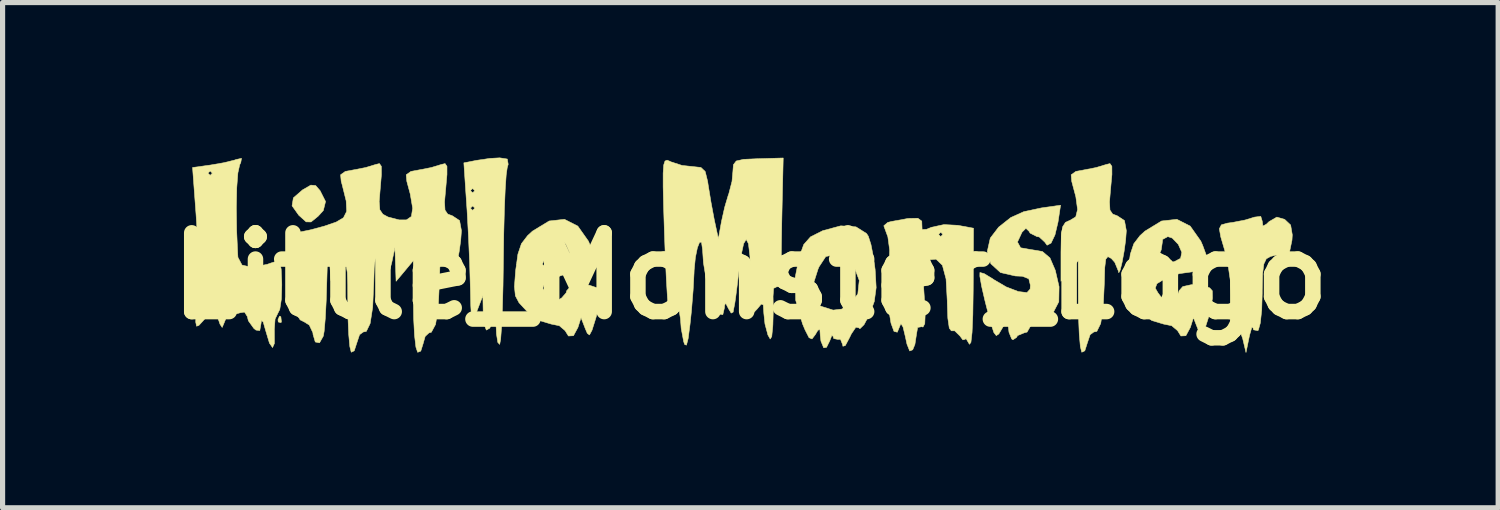
<source format=kicad_pcb>
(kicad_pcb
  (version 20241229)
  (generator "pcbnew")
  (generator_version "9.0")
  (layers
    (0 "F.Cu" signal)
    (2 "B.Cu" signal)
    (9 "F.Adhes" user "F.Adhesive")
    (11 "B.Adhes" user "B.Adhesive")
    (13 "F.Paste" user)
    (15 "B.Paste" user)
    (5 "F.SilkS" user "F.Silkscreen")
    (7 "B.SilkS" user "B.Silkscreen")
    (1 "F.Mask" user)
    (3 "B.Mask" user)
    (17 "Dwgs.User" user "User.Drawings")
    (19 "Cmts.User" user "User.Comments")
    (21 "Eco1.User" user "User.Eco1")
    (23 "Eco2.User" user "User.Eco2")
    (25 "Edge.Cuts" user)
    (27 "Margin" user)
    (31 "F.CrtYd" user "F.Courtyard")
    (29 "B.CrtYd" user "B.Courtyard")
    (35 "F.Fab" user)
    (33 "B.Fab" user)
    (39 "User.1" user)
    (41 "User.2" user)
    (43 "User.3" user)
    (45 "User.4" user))
  (footprint "Little_Monster_Logo"
    (layer "F.Cu")
    (at 11.474 2.291)
    (property "Reference" "Little_Monster_Logo" (at 0 0 0) (layer "F.SilkS") (effects (font (size 1.524 1.524) (thickness 0.3))))
    (attr through_hole)
    (fp_poly (pts (xy -9.088 0.79) (xy -9.077 0.891) (xy -9.088 0.903) (xy -9.138 0.891) (xy -9.144 0.847) (xy -9.113 0.777) (xy -9.088 0.79)) (stroke (width 0.01) (type solid)) (fill yes) (layer "F.SilkS"))
    (fp_poly (pts (xy -8.415 -1.75) (xy -8.329 -1.651) (xy -8.223 -1.441) (xy -8.266 -1.267) (xy -8.367 -1.156) (xy -8.504 -1.045) (xy -8.599 -1.047) (xy -8.731 -1.166) (xy -8.742 -1.176) (xy -8.871 -1.358) (xy -8.846 -1.511) (xy -8.668 -1.666) (xy -8.508 -1.758) (xy -8.415 -1.75)) (stroke (width 0.01) (type solid)) (fill yes) (layer "F.SilkS"))
    (fp_poly (pts (xy 9.906 -1.061) (xy 9.919 -0.966) (xy 9.987 -1.002) (xy 10.039 -1.052) (xy 10.189 -1.139) (xy 10.34 -1.095) (xy 10.456 -0.986) (xy 10.488 -0.796) (xy 10.482 -0.693) (xy 10.435 -0.467) (xy 10.346 -0.404) (xy 10.342 -0.405) (xy 10.167 -0.401) (xy 10.067 -0.378) (xy 9.985 -0.332) (xy 9.937 -0.231) (xy 9.913 -0.041) (xy 9.906 0.276) (xy 9.906 0.339) (xy 9.896 0.66) (xy 9.869 0.911) (xy 9.831 1.048) (xy 9.821 1.058) (xy 9.739 1.043) (xy 9.726 1) (xy 9.704 0.997) (xy 9.666 1.129) (xy 9.653 1.185) (xy 9.592 1.482) (xy 9.527 1.208) (xy 9.464 1.037) (xy 9.396 0.977) (xy 9.388 0.98) (xy 9.35 0.928) (xy 9.323 0.746) (xy 9.313 0.484) (xy 9.292 0.112) (xy 9.237 -0.266) (xy 9.187 -0.473) (xy 9.104 -0.755) (xy 9.076 -0.913) (xy 9.115 -0.989) (xy 9.232 -1.022) (xy 9.335 -1.036) (xy 9.576 -1.083) (xy 9.758 -1.139) (xy 9.878 -1.153) (xy 9.906 -1.061)) (stroke (width 0.01) (type solid)) (fill yes) (layer "F.SilkS"))
    (fp_poly (pts (xy 6.996 -2.122) (xy 6.997 -1.964) (xy 6.974 -1.715) (xy 6.95 -1.433) (xy 6.959 -1.275) (xy 7.011 -1.198) (xy 7.101 -1.164) (xy 7.24 -1.072) (xy 7.276 -0.876) (xy 7.262 -0.689) (xy 7.232 -0.471) (xy 7.194 -0.265) (xy 7.157 -0.114) (xy 7.13 -0.062) (xy 7.122 -0.095) (xy 7.052 -0.264) (xy 6.985 -0.339) (xy 6.918 -0.374) (xy 6.878 -0.324) (xy 6.858 -0.159) (xy 6.85 0.138) (xy 6.828 0.607) (xy 6.78 0.92) (xy 6.705 1.073) (xy 6.647 1.084) (xy 6.575 1.137) (xy 6.52 1.299) (xy 6.472 1.449) (xy 6.415 1.476) (xy 6.413 1.475) (xy 6.386 1.368) (xy 6.365 1.131) (xy 6.351 0.804) (xy 6.347 0.557) (xy 6.344 -0.296) (xy 6.178 -0.096) (xy 6.011 0.103) (xy 6.011 -0.464) (xy 6.017 -0.771) (xy 6.042 -0.949) (xy 6.098 -1.038) (xy 6.19 -1.079) (xy 6.297 -1.144) (xy 6.332 -1.286) (xy 6.299 -1.531) (xy 6.219 -1.831) (xy 6.208 -1.958) (xy 6.299 -2.023) (xy 6.449 -2.051) (xy 6.691 -2.098) (xy 6.879 -2.155) (xy 6.959 -2.175) (xy 6.996 -2.122)) (stroke (width 0.01) (type solid)) (fill yes) (layer "F.SilkS"))
    (fp_poly (pts (xy -4.705 -2.263) (xy -4.688 -2.161) (xy -4.707 -2.095) (xy -4.727 -1.953) (xy -4.746 -1.671) (xy -4.762 -1.281) (xy -4.774 -0.813) (xy -4.781 -0.319) (xy -4.788 0.183) (xy -4.8 0.626) (xy -4.816 0.982) (xy -4.834 1.224) (xy -4.853 1.325) (xy -4.853 1.325) (xy -4.889 1.286) (xy -4.915 1.121) (xy -4.92 1.009) (xy -4.934 0.824) (xy -4.956 0.769) (xy -4.971 0.804) (xy -5.043 1.009) (xy -5.111 1.048) (xy -5.158 0.925) (xy -5.171 0.758) (xy -5.178 0.381) (xy -5.292 0.677) (xy -5.346 0.809) (xy -5.38 0.849) (xy -5.4 0.78) (xy -5.412 0.582) (xy -5.42 0.234) (xy -5.421 0.212) (xy -5.434 -0.246) (xy -5.457 -0.774) (xy -5.484 -1.272) (xy -5.487 -1.312) (xy -5.419 -1.312) (xy -5.376 -1.27) (xy -5.334 -1.312) (xy -5.376 -1.355) (xy -5.419 -1.312) (xy -5.487 -1.312) (xy -5.491 -1.37) (xy -5.51 -1.651) (xy -5.419 -1.651) (xy -5.376 -1.609) (xy -5.334 -1.651) (xy -5.376 -1.693) (xy -5.419 -1.651) (xy -5.51 -1.651) (xy -5.546 -2.189) (xy -5.302 -2.237) (xy -5.043 -2.275) (xy -4.852 -2.286) (xy -4.705 -2.263)) (stroke (width 0.01) (type solid)) (fill yes) (layer "F.SilkS"))
    (fp_poly (pts (xy 2.043 -0.95) (xy 2.247 -0.822) (xy 2.282 -0.769) (xy 2.333 -0.61) (xy 2.384 -0.348) (xy 2.414 -0.123) (xy 2.434 0.225) (xy 2.397 0.496) (xy 2.303 0.749) (xy 2.199 0.943) (xy 2.12 1.021) (xy 2.096 1.003) (xy 2.041 0.992) (xy 1.953 1.122) (xy 1.923 1.185) (xy 1.837 1.347) (xy 1.79 1.361) (xy 1.785 1.329) (xy 1.743 1.225) (xy 1.693 1.228) (xy 1.613 1.212) (xy 1.6 1.169) (xy 1.576 1.151) (xy 1.536 1.255) (xy 1.473 1.382) (xy 1.418 1.39) (xy 1.365 1.261) (xy 1.352 1.15) (xy 1.344 1.027) (xy 1.302 1.058) (xy 1.255 1.137) (xy 1.192 1.219) (xy 1.135 1.195) (xy 1.058 1.044) (xy 1.008 0.925) (xy 0.876 0.468) (xy 0.872 0.207) (xy 1.201 0.207) (xy 1.212 0.437) (xy 1.343 0.575) (xy 1.376 0.59) (xy 1.601 0.661) (xy 1.766 0.642) (xy 1.928 0.546) (xy 2.079 0.348) (xy 2.107 0.087) (xy 2.008 -0.177) (xy 1.987 -0.207) (xy 1.892 -0.305) (xy 1.86 -0.256) (xy 1.86 -0.249) (xy 1.836 -0.184) (xy 1.756 -0.261) (xy 1.745 -0.275) (xy 1.594 -0.407) (xy 1.458 -0.375) (xy 1.328 -0.177) (xy 1.308 -0.13) (xy 1.201 0.207) (xy 0.872 0.207) (xy 0.869 0.016) (xy 0.944 -0.363) (xy 1.032 -0.608) (xy 1.164 -0.757) (xy 1.4 -0.876) (xy 1.749 -0.97) (xy 2.043 -0.95)) (stroke (width 0.01) (type solid)) (fill yes) (layer "F.SilkS"))
    (fp_poly (pts (xy 5.954 -1.044) (xy 5.895 -0.795) (xy 5.819 -0.636) (xy 5.742 -0.595) (xy 5.697 -0.656) (xy 5.59 -0.755) (xy 5.546 -0.762) (xy 5.414 -0.829) (xy 5.39 -0.868) (xy 5.332 -0.922) (xy 5.257 -0.847) (xy 5.169 -0.657) (xy 5.23 -0.545) (xy 5.443 -0.508) (xy 5.447 -0.508) (xy 5.652 -0.473) (xy 5.797 -0.35) (xy 5.901 -0.109) (xy 5.974 0.208) (xy 5.969 0.499) (xy 5.853 0.723) (xy 5.652 0.839) (xy 5.575 0.847) (xy 5.445 0.903) (xy 5.419 0.974) (xy 5.355 1.086) (xy 5.299 1.101) (xy 5.171 1.154) (xy 5.149 1.191) (xy 5.081 1.235) (xy 5.057 1.219) (xy 5.005 1.091) (xy 4.992 0.981) (xy 4.982 0.871) (xy 4.941 0.897) (xy 4.871 1.016) (xy 4.808 1.122) (xy 4.759 1.155) (xy 4.712 1.095) (xy 4.654 0.919) (xy 4.572 0.607) (xy 4.537 0.469) (xy 4.475 0.2) (xy 4.441 0.005) (xy 4.442 -0.067) (xy 4.524 -0.045) (xy 4.684 0.052) (xy 4.714 0.073) (xy 4.953 0.213) (xy 5.186 0.302) (xy 5.353 0.322) (xy 5.414 0.254) (xy 5.419 0.179) (xy 5.388 0.055) (xy 5.265 0.006) (xy 5.127 0) (xy 4.84 -0.066) (xy 4.654 -0.236) (xy 4.584 -0.472) (xy 4.643 -0.733) (xy 4.805 -0.945) (xy 5.04 -1.131) (xy 5.291 -1.244) (xy 5.629 -1.316) (xy 5.69 -1.325) (xy 6.003 -1.369) (xy 5.954 -1.044)) (stroke (width 0.01) (type solid)) (fill yes) (layer "F.SilkS"))
    (fp_poly (pts (xy -3.341 -0.965) (xy -3.136 -0.675) (xy -3.101 -0.593) (xy -3 -0.321) (xy -2.981 -0.168) (xy -3.055 -0.101) (xy -3.232 -0.085) (xy -3.264 -0.085) (xy -3.555 -0.045) (xy -3.82 0.048) (xy -3.985 0.149) (xy -4.017 0.236) (xy -3.967 0.323) (xy -3.874 0.448) (xy -3.846 0.489) (xy -3.77 0.497) (xy -3.653 0.426) (xy -3.566 0.326) (xy -3.556 0.287) (xy -3.485 0.206) (xy -3.319 0.169) (xy -3.122 0.178) (xy -2.963 0.231) (xy -2.913 0.287) (xy -2.91 0.431) (xy -2.952 0.669) (xy -2.992 0.816) (xy -3.066 1.051) (xy -3.115 1.142) (xy -3.157 1.11) (xy -3.197 1.017) (xy -3.278 0.807) (xy -3.338 0.996) (xy -3.425 1.157) (xy -3.522 1.162) (xy -3.587 1.058) (xy -3.699 0.963) (xy -3.856 0.931) (xy -4.083 0.863) (xy -4.328 0.681) (xy -4.336 0.672) (xy -4.478 0.519) (xy -4.549 0.384) (xy -4.567 0.206) (xy -4.546 -0.075) (xy -4.543 -0.111) (xy -4.527 -0.224) (xy -4.029 -0.224) (xy -3.982 -0.191) (xy -3.836 -0.22) (xy -3.638 -0.282) (xy -3.527 -0.341) (xy -3.504 -0.457) (xy -3.571 -0.611) (xy -3.688 -0.733) (xy -3.774 -0.762) (xy -3.875 -0.707) (xy -3.881 -0.656) (xy -3.902 -0.506) (xy -3.966 -0.357) (xy -4.029 -0.224) (xy -4.527 -0.224) (xy -4.5 -0.422) (xy -4.432 -0.624) (xy -4.312 -0.781) (xy -4.217 -0.868) (xy -3.895 -1.064) (xy -3.599 -1.096) (xy -3.341 -0.965)) (stroke (width 0.01) (type solid)) (fill yes) (layer "F.SilkS"))
    (fp_poly (pts (xy 3.317 -1.061) (xy 3.319 -0.995) (xy 3.323 -0.898) (xy 3.41 -0.903) (xy 3.504 -0.942) (xy 3.746 -0.994) (xy 4.015 -0.98) (xy 4.318 -0.924) (xy 4.312 0.279) (xy 4.305 0.753) (xy 4.29 1.093) (xy 4.268 1.286) (xy 4.239 1.323) (xy 4.233 1.312) (xy 4.174 1.213) (xy 4.152 1.228) (xy 4.112 1.237) (xy 4.056 1.162) (xy 3.954 1.062) (xy 3.889 1.062) (xy 3.849 1.01) (xy 3.821 0.817) (xy 3.81 0.51) (xy 3.81 0.481) (xy 3.787 0.059) (xy 3.716 -0.207) (xy 3.593 -0.325) (xy 3.436 -0.311) (xy 3.375 -0.253) (xy 3.346 -0.117) (xy 3.347 0.129) (xy 3.364 0.389) (xy 3.383 0.731) (xy 3.375 0.924) (xy 3.34 0.989) (xy 3.315 0.982) (xy 3.237 0.996) (xy 3.216 1.117) (xy 3.184 1.325) (xy 3.141 1.429) (xy 3.083 1.452) (xy 3.03 1.319) (xy 2.999 1.175) (xy 2.954 0.988) (xy 2.914 0.924) (xy 2.899 0.953) (xy 2.843 1.089) (xy 2.779 1.072) (xy 2.721 0.914) (xy 2.687 0.708) (xy 2.67 0.386) (xy 2.675 0.011) (xy 2.687 -0.167) (xy 2.695 -0.503) (xy 2.66 -0.76) (xy 2.643 -0.804) (xy 3.641 -0.804) (xy 3.683 -0.762) (xy 3.725 -0.804) (xy 3.683 -0.847) (xy 3.641 -0.804) (xy 2.643 -0.804) (xy 2.633 -0.831) (xy 2.582 -0.971) (xy 2.658 -1.036) (xy 2.729 -1.054) (xy 3.053 -1.113) (xy 3.241 -1.117) (xy 3.317 -1.061)) (stroke (width 0.01) (type solid)) (fill yes) (layer "F.SilkS"))
    (fp_poly (pts (xy 8.512 -0.965) (xy 8.717 -0.675) (xy 8.753 -0.593) (xy 8.853 -0.321) (xy 8.872 -0.168) (xy 8.799 -0.101) (xy 8.622 -0.085) (xy 8.589 -0.085) (xy 8.299 -0.045) (xy 8.033 0.048) (xy 7.868 0.149) (xy 7.836 0.236) (xy 7.886 0.323) (xy 7.979 0.448) (xy 8.007 0.489) (xy 8.084 0.497) (xy 8.2 0.426) (xy 8.287 0.326) (xy 8.297 0.287) (xy 8.368 0.206) (xy 8.535 0.169) (xy 8.731 0.178) (xy 8.89 0.231) (xy 8.94 0.287) (xy 8.943 0.431) (xy 8.901 0.669) (xy 8.862 0.816) (xy 8.787 1.051) (xy 8.739 1.142) (xy 8.696 1.11) (xy 8.657 1.017) (xy 8.575 0.807) (xy 8.515 0.996) (xy 8.428 1.157) (xy 8.332 1.162) (xy 8.267 1.058) (xy 8.154 0.963) (xy 7.997 0.931) (xy 7.77 0.863) (xy 7.526 0.681) (xy 7.517 0.672) (xy 7.376 0.519) (xy 7.304 0.384) (xy 7.286 0.206) (xy 7.307 -0.075) (xy 7.311 -0.111) (xy 7.326 -0.224) (xy 7.825 -0.224) (xy 7.871 -0.191) (xy 8.018 -0.22) (xy 8.215 -0.282) (xy 8.326 -0.341) (xy 8.35 -0.457) (xy 8.282 -0.611) (xy 8.165 -0.733) (xy 8.079 -0.762) (xy 7.978 -0.707) (xy 7.973 -0.656) (xy 7.951 -0.506) (xy 7.887 -0.357) (xy 7.825 -0.224) (xy 7.326 -0.224) (xy 7.353 -0.422) (xy 7.421 -0.624) (xy 7.541 -0.781) (xy 7.637 -0.868) (xy 7.958 -1.064) (xy 8.254 -1.096) (xy 8.512 -0.965)) (stroke (width 0.01) (type solid)) (fill yes) (layer "F.SilkS"))
    (fp_poly (pts (xy -9.864 -2.194) (xy -9.885 -2.151) (xy -9.92 -1.994) (xy -9.942 -1.705) (xy -9.95 -1.322) (xy -9.944 -0.881) (xy -9.923 -0.42) (xy -9.919 -0.36) (xy -9.84 -0.211) (xy -9.643 -0.165) (xy -9.348 -0.226) (xy -9.287 -0.248) (xy -9.172 -0.284) (xy -9.109 -0.256) (xy -9.082 -0.132) (xy -9.071 0.122) (xy -9.07 0.17) (xy -9.078 0.446) (xy -9.109 0.648) (xy -9.146 0.721) (xy -9.2 0.834) (xy -9.215 1.038) (xy -9.214 1.062) (xy -9.213 1.306) (xy -9.249 1.386) (xy -9.309 1.3) (xy -9.375 1.081) (xy -9.43 0.89) (xy -9.464 0.861) (xy -9.472 0.921) (xy -9.496 1.057) (xy -9.569 1.048) (xy -9.61 1.016) (xy -9.717 0.867) (xy -9.737 0.785) (xy -9.791 0.699) (xy -9.871 0.711) (xy -10.028 0.756) (xy -10.076 0.762) (xy -10.155 0.832) (xy -10.187 0.91) (xy -10.224 0.997) (xy -10.266 0.933) (xy -10.288 0.868) (xy -10.351 0.716) (xy -10.425 0.7) (xy -10.551 0.819) (xy -10.593 0.868) (xy -10.674 0.956) (xy -10.719 0.973) (xy -10.736 0.892) (xy -10.73 0.689) (xy -10.709 0.381) (xy -10.695 -0.012) (xy -10.698 -0.494) (xy -10.716 -0.986) (xy -10.73 -1.198) (xy -10.789 -1.99) (xy -10.499 -1.99) (xy -10.456 -1.947) (xy -10.414 -1.99) (xy -10.456 -2.032) (xy -10.499 -1.99) (xy -10.789 -1.99) (xy -10.797 -2.099) (xy -10.454 -2.146) (xy -10.194 -2.191) (xy -9.986 -2.242) (xy -9.956 -2.253) (xy -9.85 -2.276) (xy -9.864 -2.194)) (stroke (width 0.01) (type solid)) (fill yes) (layer "F.SilkS"))
    (fp_poly (pts (xy 0.616 -1.459) (xy 0.607 -1.039) (xy 0.6 -0.625) (xy 0.596 -0.285) (xy 0.595 -0.186) (xy 0.579 0.082) (xy 0.538 0.208) (xy 0.507 0.211) (xy 0.449 0.24) (xy 0.438 0.396) (xy 0.443 0.644) (xy 0.435 0.937) (xy 0.433 0.974) (xy 0.413 1.173) (xy 0.383 1.22) (xy 0.339 1.143) (xy 0.282 0.93) (xy 0.26 0.725) (xy 0.249 0.559) (xy 0.21 0.544) (xy 0.13 0.64) (xy 0.072 0.701) (xy 0.035 0.685) (xy 0.014 0.566) (xy 0.005 0.32) (xy 0.003 0.016) (xy -0.009 -0.383) (xy -0.038 -0.625) (xy -0.081 -0.707) (xy -0.131 -0.626) (xy -0.184 -0.381) (xy -0.222 -0.105) (xy -0.257 0.192) (xy -0.286 0.42) (xy -0.302 0.529) (xy -0.329 0.666) (xy -0.334 0.699) (xy -0.372 0.719) (xy -0.423 0.635) (xy -0.479 0.526) (xy -0.5 0.57) (xy -0.502 0.614) (xy -0.534 0.749) (xy -0.603 0.737) (xy -0.692 0.591) (xy -0.761 0.402) (xy -0.859 0.047) (xy -0.909 -0.256) (xy -0.926 -0.508) (xy -0.946 -0.651) (xy -0.983 -0.654) (xy -1.026 -0.547) (xy -1.065 -0.357) (xy -1.089 -0.113) (xy -1.091 -0.055) (xy -1.109 0.278) (xy -1.141 0.673) (xy -1.168 0.931) (xy -1.205 1.212) (xy -1.238 1.339) (xy -1.272 1.327) (xy -1.292 1.27) (xy -1.34 1.013) (xy -1.354 0.826) (xy -1.381 0.657) (xy -1.439 0.593) (xy -1.519 0.659) (xy -1.524 0.691) (xy -1.552 0.755) (xy -1.569 0.745) (xy -1.586 0.65) (xy -1.606 0.413) (xy -1.627 0.064) (xy -1.647 -0.372) (xy -1.663 -0.801) (xy -1.68 -1.337) (xy -1.689 -1.726) (xy -1.689 -1.989) (xy -1.678 -2.148) (xy -1.653 -2.224) (xy -1.613 -2.241) (xy -1.556 -2.218) (xy -1.539 -2.209) (xy -1.323 -2.139) (xy -1.117 -2.117) (xy -0.958 -2.1) (xy -0.875 -2.021) (xy -0.828 -1.831) (xy -0.817 -1.757) (xy -0.763 -1.428) (xy -0.701 -1.096) (xy -0.693 -1.058) (xy -0.62 -0.72) (xy -0.559 -1.058) (xy -0.498 -1.33) (xy -0.429 -1.562) (xy -0.418 -1.591) (xy -0.356 -1.831) (xy -0.339 -2.021) (xy -0.329 -2.153) (xy -0.274 -2.225) (xy -0.132 -2.257) (xy 0.138 -2.269) (xy 0.148 -2.269) (xy 0.635 -2.283) (xy 0.616 -1.459)) (stroke (width 0.01) (type solid)) (fill yes) (layer "F.SilkS"))
    (fp_poly (pts (xy -5.873 -2.122) (xy -5.873 -1.964) (xy -5.895 -1.715) (xy -5.92 -1.433) (xy -5.911 -1.275) (xy -5.859 -1.198) (xy -5.768 -1.164) (xy -5.629 -1.072) (xy -5.593 -0.876) (xy -5.607 -0.689) (xy -5.637 -0.471) (xy -5.675 -0.265) (xy -5.712 -0.114) (xy -5.739 -0.062) (xy -5.748 -0.095) (xy -5.817 -0.264) (xy -5.884 -0.339) (xy -5.951 -0.374) (xy -5.991 -0.324) (xy -6.011 -0.159) (xy -6.02 0.138) (xy -6.043 0.62) (xy -6.094 0.938) (xy -6.175 1.089) (xy -6.223 1.103) (xy -6.295 1.17) (xy -6.335 1.311) (xy -6.38 1.454) (xy -6.44 1.478) (xy -6.474 1.378) (xy -6.501 1.147) (xy -6.518 0.823) (xy -6.522 0.567) (xy -6.525 -0.296) (xy -6.691 -0.096) (xy -6.858 0.103) (xy -6.869 -0.223) (xy -6.88 -0.55) (xy -6.943 -0.254) (xy -6.985 -0.098) (xy -7.012 -0.073) (xy -7.016 -0.095) (xy -7.087 -0.264) (xy -7.154 -0.339) (xy -7.221 -0.374) (xy -7.261 -0.324) (xy -7.281 -0.159) (xy -7.29 0.138) (xy -7.311 0.607) (xy -7.36 0.92) (xy -7.434 1.073) (xy -7.492 1.084) (xy -7.565 1.137) (xy -7.619 1.299) (xy -7.668 1.449) (xy -7.725 1.476) (xy -7.726 1.475) (xy -7.753 1.368) (xy -7.775 1.131) (xy -7.789 0.804) (xy -7.792 0.557) (xy -7.794 0.173) (xy -7.802 -0.067) (xy -7.821 -0.184) (xy -7.858 -0.204) (xy -7.917 -0.149) (xy -7.957 -0.102) (xy -8.119 0.092) (xy -8.15 -0.356) (xy -8.164 -0.461) (xy -8.177 -0.411) (xy -8.189 -0.22) (xy -8.198 0.085) (xy -8.21 0.475) (xy -8.228 0.819) (xy -8.25 1.07) (xy -8.266 1.163) (xy -8.34 1.294) (xy -8.422 1.278) (xy -8.466 1.128) (xy -8.467 1.101) (xy -8.538 0.95) (xy -8.636 0.889) (xy -8.714 0.85) (xy -8.764 0.77) (xy -8.791 0.617) (xy -8.803 0.358) (xy -8.805 0.001) (xy -8.805 -0.833) (xy -8.53 -0.889) (xy -8.25 -0.963) (xy -8.015 -1.044) (xy -7.876 -1.127) (xy -7.814 -1.251) (xy -7.824 -1.453) (xy -7.903 -1.771) (xy -7.92 -1.831) (xy -7.932 -1.958) (xy -7.841 -2.023) (xy -7.691 -2.051) (xy -7.448 -2.098) (xy -7.261 -2.155) (xy -7.18 -2.175) (xy -7.143 -2.121) (xy -7.142 -1.96) (xy -7.162 -1.723) (xy -7.185 -1.443) (xy -7.173 -1.282) (xy -7.114 -1.195) (xy -7.014 -1.141) (xy -6.798 -1.085) (xy -6.658 -1.085) (xy -6.562 -1.151) (xy -6.537 -1.311) (xy -6.584 -1.587) (xy -6.65 -1.831) (xy -6.662 -1.958) (xy -6.571 -2.023) (xy -6.421 -2.051) (xy -6.178 -2.098) (xy -5.991 -2.155) (xy -5.91 -2.175) (xy -5.873 -2.122)) (stroke (width 0.01) (type solid)) (fill yes) (layer "F.SilkS")))
  (gr_rect
    (start -3 -3)
    (end 25.947 6.778)
    (stroke (width 0.1) (type default))
    (fill no)
    (layer "Edge.Cuts")))
</source>
